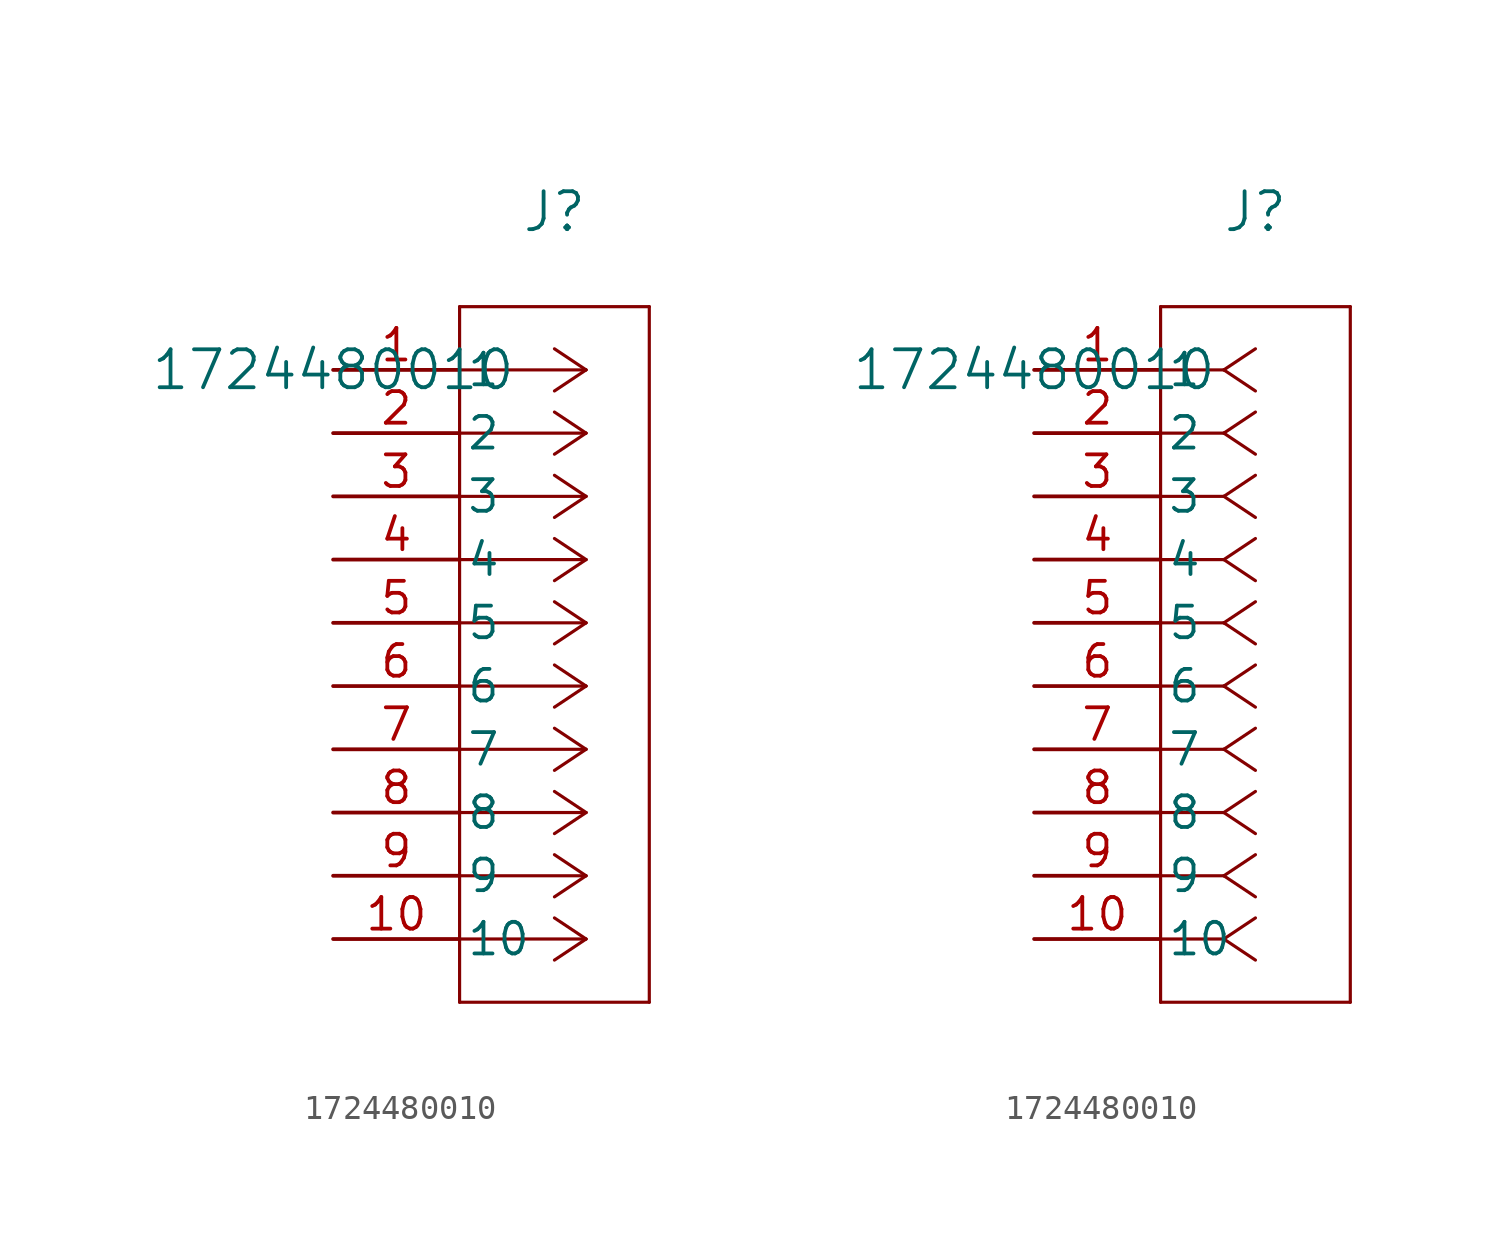
<source format=kicad_sym>
(kicad_symbol_lib
  (version 20211014)
  (generator kicad_symbol_editor)
  (symbol "1724480010"
    (pin_names
      (offset 0.254))
    (property "Reference" "J"
      (at 8.89 6.35 0)
      (effects (font (size 1.524 1.524))))
    (property "Value" "1724480010"
      (at 0 0 0)
      (effects (font (size 1.524 1.524))))
    (symbol "1724480010_1_1"
      (polyline (pts (xy 10.16 0) (xy 5.08 0)) (stroke (width 0.127) (type default) (color 0 0 0 0)) (fill (type none)))
      (polyline (pts (xy 10.16 -2.54) (xy 5.08 -2.54)) (stroke (width 0.127) (type default) (color 0 0 0 0)) (fill (type none)))
      (polyline (pts (xy 10.16 -5.08) (xy 5.08 -5.08)) (stroke (width 0.127) (type default) (color 0 0 0 0)) (fill (type none)))
      (polyline (pts (xy 10.16 -7.62) (xy 5.08 -7.62)) (stroke (width 0.127) (type default) (color 0 0 0 0)) (fill (type none)))
      (polyline (pts (xy 10.16 -10.16) (xy 5.08 -10.16)) (stroke (width 0.127) (type default) (color 0 0 0 0)) (fill (type none)))
      (polyline (pts (xy 10.16 -12.7) (xy 5.08 -12.7)) (stroke (width 0.127) (type default) (color 0 0 0 0)) (fill (type none)))
      (polyline (pts (xy 10.16 -15.24) (xy 5.08 -15.24)) (stroke (width 0.127) (type default) (color 0 0 0 0)) (fill (type none)))
      (polyline (pts (xy 10.16 -17.78) (xy 5.08 -17.78)) (stroke (width 0.127) (type default) (color 0 0 0 0)) (fill (type none)))
      (polyline (pts (xy 10.16 -20.32) (xy 5.08 -20.32)) (stroke (width 0.127) (type default) (color 0 0 0 0)) (fill (type none)))
      (polyline (pts (xy 10.16 -22.86) (xy 5.08 -22.86)) (stroke (width 0.127) (type default) (color 0 0 0 0)) (fill (type none)))
      (polyline (pts (xy 10.16 0) (xy 8.89 0.847)) (stroke (width 0.127) (type default) (color 0 0 0 0)) (fill (type none)))
      (polyline (pts (xy 10.16 -2.54) (xy 8.89 -1.693)) (stroke (width 0.127) (type default) (color 0 0 0 0)) (fill (type none)))
      (polyline (pts (xy 10.16 -5.08) (xy 8.89 -4.233)) (stroke (width 0.127) (type default) (color 0 0 0 0)) (fill (type none)))
      (polyline (pts (xy 10.16 -7.62) (xy 8.89 -6.773)) (stroke (width 0.127) (type default) (color 0 0 0 0)) (fill (type none)))
      (polyline (pts (xy 10.16 -10.16) (xy 8.89 -9.313)) (stroke (width 0.127) (type default) (color 0 0 0 0)) (fill (type none)))
      (polyline (pts (xy 10.16 -12.7) (xy 8.89 -11.853)) (stroke (width 0.127) (type default) (color 0 0 0 0)) (fill (type none)))
      (polyline (pts (xy 10.16 -15.24) (xy 8.89 -14.393)) (stroke (width 0.127) (type default) (color 0 0 0 0)) (fill (type none)))
      (polyline (pts (xy 10.16 -17.78) (xy 8.89 -16.933)) (stroke (width 0.127) (type default) (color 0 0 0 0)) (fill (type none)))
      (polyline (pts (xy 10.16 -20.32) (xy 8.89 -19.473)) (stroke (width 0.127) (type default) (color 0 0 0 0)) (fill (type none)))
      (polyline (pts (xy 10.16 -22.86) (xy 8.89 -22.013)) (stroke (width 0.127) (type default) (color 0 0 0 0)) (fill (type none)))
      (polyline (pts (xy 10.16 0) (xy 8.89 -0.847)) (stroke (width 0.127) (type default) (color 0 0 0 0)) (fill (type none)))
      (polyline (pts (xy 10.16 -2.54) (xy 8.89 -3.387)) (stroke (width 0.127) (type default) (color 0 0 0 0)) (fill (type none)))
      (polyline (pts (xy 10.16 -5.08) (xy 8.89 -5.927)) (stroke (width 0.127) (type default) (color 0 0 0 0)) (fill (type none)))
      (polyline (pts (xy 10.16 -7.62) (xy 8.89 -8.467)) (stroke (width 0.127) (type default) (color 0 0 0 0)) (fill (type none)))
      (polyline (pts (xy 10.16 -10.16) (xy 8.89 -11.007)) (stroke (width 0.127) (type default) (color 0 0 0 0)) (fill (type none)))
      (polyline (pts (xy 10.16 -12.7) (xy 8.89 -13.547)) (stroke (width 0.127) (type default) (color 0 0 0 0)) (fill (type none)))
      (polyline (pts (xy 10.16 -15.24) (xy 8.89 -16.087)) (stroke (width 0.127) (type default) (color 0 0 0 0)) (fill (type none)))
      (polyline (pts (xy 10.16 -17.78) (xy 8.89 -18.627)) (stroke (width 0.127) (type default) (color 0 0 0 0)) (fill (type none)))
      (polyline (pts (xy 10.16 -20.32) (xy 8.89 -21.167)) (stroke (width 0.127) (type default) (color 0 0 0 0)) (fill (type none)))
      (polyline (pts (xy 10.16 -22.86) (xy 8.89 -23.707)) (stroke (width 0.127) (type default) (color 0 0 0 0)) (fill (type none)))
      (polyline (pts (xy 5.08 2.54) (xy 5.08 -25.4)) (stroke (width 0.127) (type default) (color 0 0 0 0)) (fill (type none)))
      (polyline (pts (xy 5.08 -25.4) (xy 12.7 -25.4)) (stroke (width 0.127) (type default) (color 0 0 0 0)) (fill (type none)))
      (polyline (pts (xy 12.7 -25.4) (xy 12.7 2.54)) (stroke (width 0.127) (type default) (color 0 0 0 0)) (fill (type none)))
      (polyline (pts (xy 12.7 2.54) (xy 5.08 2.54)) (stroke (width 0.127) (type default) (color 0 0 0 0)) (fill (type none)))
      (pin unspecified line (at 0 0 0) (length 5.08) (name "1" (effects (font (size 1.27 1.27)))) (number "1" (effects (font (size 1.27 1.27)))))
      (pin unspecified line (at 0 -2.54 0) (length 5.08) (name "2" (effects (font (size 1.27 1.27)))) (number "2" (effects (font (size 1.27 1.27)))))
      (pin unspecified line (at 0 -5.08 0) (length 5.08) (name "3" (effects (font (size 1.27 1.27)))) (number "3" (effects (font (size 1.27 1.27)))))
      (pin unspecified line (at 0 -7.62 0) (length 5.08) (name "4" (effects (font (size 1.27 1.27)))) (number "4" (effects (font (size 1.27 1.27)))))
      (pin unspecified line (at 0 -10.16 0) (length 5.08) (name "5" (effects (font (size 1.27 1.27)))) (number "5" (effects (font (size 1.27 1.27)))))
      (pin unspecified line (at 0 -12.7 0) (length 5.08) (name "6" (effects (font (size 1.27 1.27)))) (number "6" (effects (font (size 1.27 1.27)))))
      (pin unspecified line (at 0 -15.24 0) (length 5.08) (name "7" (effects (font (size 1.27 1.27)))) (number "7" (effects (font (size 1.27 1.27)))))
      (pin unspecified line (at 0 -17.78 0) (length 5.08) (name "8" (effects (font (size 1.27 1.27)))) (number "8" (effects (font (size 1.27 1.27)))))
      (pin unspecified line (at 0 -20.32 0) (length 5.08) (name "9" (effects (font (size 1.27 1.27)))) (number "9" (effects (font (size 1.27 1.27)))))
      (pin unspecified line (at 0 -22.86 0) (length 5.08) (name "10" (effects (font (size 1.27 1.27)))) (number "10" (effects (font (size 1.27 1.27))))))
    (symbol "1724480010_1_2"
      (polyline (pts (xy 7.62 0) (xy 5.08 0)) (stroke (width 0.127) (type default) (color 0 0 0 0)) (fill (type none)))
      (polyline (pts (xy 7.62 -2.54) (xy 5.08 -2.54)) (stroke (width 0.127) (type default) (color 0 0 0 0)) (fill (type none)))
      (polyline (pts (xy 7.62 -5.08) (xy 5.08 -5.08)) (stroke (width 0.127) (type default) (color 0 0 0 0)) (fill (type none)))
      (polyline (pts (xy 7.62 -7.62) (xy 5.08 -7.62)) (stroke (width 0.127) (type default) (color 0 0 0 0)) (fill (type none)))
      (polyline (pts (xy 7.62 -10.16) (xy 5.08 -10.16)) (stroke (width 0.127) (type default) (color 0 0 0 0)) (fill (type none)))
      (polyline (pts (xy 7.62 -12.7) (xy 5.08 -12.7)) (stroke (width 0.127) (type default) (color 0 0 0 0)) (fill (type none)))
      (polyline (pts (xy 7.62 -15.24) (xy 5.08 -15.24)) (stroke (width 0.127) (type default) (color 0 0 0 0)) (fill (type none)))
      (polyline (pts (xy 7.62 -17.78) (xy 5.08 -17.78)) (stroke (width 0.127) (type default) (color 0 0 0 0)) (fill (type none)))
      (polyline (pts (xy 7.62 -20.32) (xy 5.08 -20.32)) (stroke (width 0.127) (type default) (color 0 0 0 0)) (fill (type none)))
      (polyline (pts (xy 7.62 -22.86) (xy 5.08 -22.86)) (stroke (width 0.127) (type default) (color 0 0 0 0)) (fill (type none)))
      (polyline (pts (xy 7.62 0) (xy 8.89 0.847)) (stroke (width 0.127) (type default) (color 0 0 0 0)) (fill (type none)))
      (polyline (pts (xy 7.62 -2.54) (xy 8.89 -1.693)) (stroke (width 0.127) (type default) (color 0 0 0 0)) (fill (type none)))
      (polyline (pts (xy 7.62 -5.08) (xy 8.89 -4.233)) (stroke (width 0.127) (type default) (color 0 0 0 0)) (fill (type none)))
      (polyline (pts (xy 7.62 -7.62) (xy 8.89 -6.773)) (stroke (width 0.127) (type default) (color 0 0 0 0)) (fill (type none)))
      (polyline (pts (xy 7.62 -10.16) (xy 8.89 -9.313)) (stroke (width 0.127) (type default) (color 0 0 0 0)) (fill (type none)))
      (polyline (pts (xy 7.62 -12.7) (xy 8.89 -11.853)) (stroke (width 0.127) (type default) (color 0 0 0 0)) (fill (type none)))
      (polyline (pts (xy 7.62 -15.24) (xy 8.89 -14.393)) (stroke (width 0.127) (type default) (color 0 0 0 0)) (fill (type none)))
      (polyline (pts (xy 7.62 -17.78) (xy 8.89 -16.933)) (stroke (width 0.127) (type default) (color 0 0 0 0)) (fill (type none)))
      (polyline (pts (xy 7.62 -20.32) (xy 8.89 -19.473)) (stroke (width 0.127) (type default) (color 0 0 0 0)) (fill (type none)))
      (polyline (pts (xy 7.62 -22.86) (xy 8.89 -22.013)) (stroke (width 0.127) (type default) (color 0 0 0 0)) (fill (type none)))
      (polyline (pts (xy 7.62 0) (xy 8.89 -0.847)) (stroke (width 0.127) (type default) (color 0 0 0 0)) (fill (type none)))
      (polyline (pts (xy 7.62 -2.54) (xy 8.89 -3.387)) (stroke (width 0.127) (type default) (color 0 0 0 0)) (fill (type none)))
      (polyline (pts (xy 7.62 -5.08) (xy 8.89 -5.927)) (stroke (width 0.127) (type default) (color 0 0 0 0)) (fill (type none)))
      (polyline (pts (xy 7.62 -7.62) (xy 8.89 -8.467)) (stroke (width 0.127) (type default) (color 0 0 0 0)) (fill (type none)))
      (polyline (pts (xy 7.62 -10.16) (xy 8.89 -11.007)) (stroke (width 0.127) (type default) (color 0 0 0 0)) (fill (type none)))
      (polyline (pts (xy 7.62 -12.7) (xy 8.89 -13.547)) (stroke (width 0.127) (type default) (color 0 0 0 0)) (fill (type none)))
      (polyline (pts (xy 7.62 -15.24) (xy 8.89 -16.087)) (stroke (width 0.127) (type default) (color 0 0 0 0)) (fill (type none)))
      (polyline (pts (xy 7.62 -17.78) (xy 8.89 -18.627)) (stroke (width 0.127) (type default) (color 0 0 0 0)) (fill (type none)))
      (polyline (pts (xy 7.62 -20.32) (xy 8.89 -21.167)) (stroke (width 0.127) (type default) (color 0 0 0 0)) (fill (type none)))
      (polyline (pts (xy 7.62 -22.86) (xy 8.89 -23.707)) (stroke (width 0.127) (type default) (color 0 0 0 0)) (fill (type none)))
      (polyline (pts (xy 5.08 2.54) (xy 5.08 -25.4)) (stroke (width 0.127) (type default) (color 0 0 0 0)) (fill (type none)))
      (polyline (pts (xy 5.08 -25.4) (xy 12.7 -25.4)) (stroke (width 0.127) (type default) (color 0 0 0 0)) (fill (type none)))
      (polyline (pts (xy 12.7 -25.4) (xy 12.7 2.54)) (stroke (width 0.127) (type default) (color 0 0 0 0)) (fill (type none)))
      (polyline (pts (xy 12.7 2.54) (xy 5.08 2.54)) (stroke (width 0.127) (type default) (color 0 0 0 0)) (fill (type none)))
      (pin unspecified line (at 0 0 0) (length 5.08) (name "1" (effects (font (size 1.27 1.27)))) (number "1" (effects (font (size 1.27 1.27)))))
      (pin unspecified line (at 0 -2.54 0) (length 5.08) (name "2" (effects (font (size 1.27 1.27)))) (number "2" (effects (font (size 1.27 1.27)))))
      (pin unspecified line (at 0 -5.08 0) (length 5.08) (name "3" (effects (font (size 1.27 1.27)))) (number "3" (effects (font (size 1.27 1.27)))))
      (pin unspecified line (at 0 -7.62 0) (length 5.08) (name "4" (effects (font (size 1.27 1.27)))) (number "4" (effects (font (size 1.27 1.27)))))
      (pin unspecified line (at 0 -10.16 0) (length 5.08) (name "5" (effects (font (size 1.27 1.27)))) (number "5" (effects (font (size 1.27 1.27)))))
      (pin unspecified line (at 0 -12.7 0) (length 5.08) (name "6" (effects (font (size 1.27 1.27)))) (number "6" (effects (font (size 1.27 1.27)))))
      (pin unspecified line (at 0 -15.24 0) (length 5.08) (name "7" (effects (font (size 1.27 1.27)))) (number "7" (effects (font (size 1.27 1.27)))))
      (pin unspecified line (at 0 -17.78 0) (length 5.08) (name "8" (effects (font (size 1.27 1.27)))) (number "8" (effects (font (size 1.27 1.27)))))
      (pin unspecified line (at 0 -20.32 0) (length 5.08) (name "9" (effects (font (size 1.27 1.27)))) (number "9" (effects (font (size 1.27 1.27)))))
      (pin unspecified line (at 0 -22.86 0) (length 5.08) (name "10" (effects (font (size 1.27 1.27)))) (number "10" (effects (font (size 1.27 1.27))))))))
</source>
